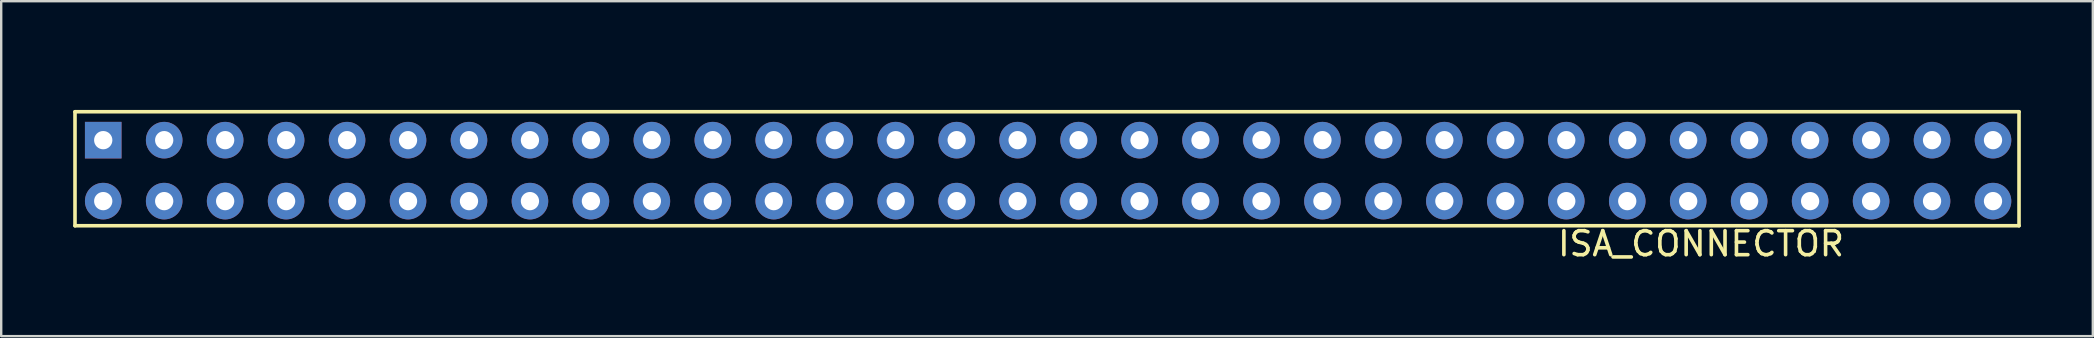
<source format=kicad_pcb>
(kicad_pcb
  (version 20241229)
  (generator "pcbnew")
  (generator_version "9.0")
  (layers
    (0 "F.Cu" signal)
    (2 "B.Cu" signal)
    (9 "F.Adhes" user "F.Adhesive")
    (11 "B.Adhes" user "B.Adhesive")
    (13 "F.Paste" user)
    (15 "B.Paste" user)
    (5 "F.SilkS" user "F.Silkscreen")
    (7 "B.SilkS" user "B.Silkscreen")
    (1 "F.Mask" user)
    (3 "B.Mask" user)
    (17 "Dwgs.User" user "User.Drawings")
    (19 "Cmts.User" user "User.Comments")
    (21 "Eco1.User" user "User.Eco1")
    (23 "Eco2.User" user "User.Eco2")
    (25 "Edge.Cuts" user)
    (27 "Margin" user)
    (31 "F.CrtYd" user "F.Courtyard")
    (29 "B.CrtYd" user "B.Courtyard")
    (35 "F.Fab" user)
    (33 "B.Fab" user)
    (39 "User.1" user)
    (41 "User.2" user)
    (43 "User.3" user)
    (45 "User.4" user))
  (footprint "ISA_CONNECTOR"
    (layer "F.Cu")
    (at 8.871 0.25)
    (property "Reference" "ISA_CONNECTOR" (at 58.954 6.856 0) (layer "F.SilkS") (effects (font (size 1 1) (thickness 0.15))))
    (attr through_hole)
    (fp_line (start -8.796 1.356) (end -8.796 6.106) (stroke (width 0.15) (type solid)) (layer "F.SilkS"))
    (fp_line (start -8.796 6.106) (end 72.204 6.106) (stroke (width 0.15) (type solid)) (layer "F.SilkS"))
    (fp_line (start 72.204 1.356) (end -8.796 1.356) (stroke (width 0.15) (type solid)) (layer "F.SilkS"))
    (fp_line (start 72.204 6.106) (end 72.204 1.356) (stroke (width 0.15) (type solid)) (layer "F.SilkS"))
    (pad "1" thru_hole trapezoid (at -7.62 2.54) (size 1.524 1.524) (drill 0.762) (layers "*.Cu" "*.Mask"))
    (pad "2" thru_hole circle (at -5.08 2.54) (size 1.524 1.524) (drill 0.762) (layers "*.Cu" "*.Mask"))
    (pad "3" thru_hole circle (at -2.54 2.54) (size 1.524 1.524) (drill 0.762) (layers "*.Cu" "*.Mask"))
    (pad "4" thru_hole circle (at 0 2.54) (size 1.524 1.524) (drill 0.762) (layers "*.Cu" "*.Mask"))
    (pad "5" thru_hole circle (at 2.54 2.54) (size 1.524 1.524) (drill 0.762) (layers "*.Cu" "*.Mask"))
    (pad "6" thru_hole circle (at 5.08 2.54) (size 1.524 1.524) (drill 0.762) (layers "*.Cu" "*.Mask"))
    (pad "7" thru_hole circle (at 7.62 2.54) (size 1.524 1.524) (drill 0.762) (layers "*.Cu" "*.Mask"))
    (pad "8" thru_hole circle (at 10.16 2.54) (size 1.524 1.524) (drill 0.762) (layers "*.Cu" "*.Mask"))
    (pad "9" thru_hole circle (at 12.7 2.54) (size 1.524 1.524) (drill 0.762) (layers "*.Cu" "*.Mask"))
    (pad "10" thru_hole circle (at 15.24 2.54) (size 1.524 1.524) (drill 0.762) (layers "*.Cu" "*.Mask"))
    (pad "11" thru_hole circle (at 17.78 2.54) (size 1.524 1.524) (drill 0.762) (layers "*.Cu" "*.Mask"))
    (pad "12" thru_hole circle (at 20.32 2.54) (size 1.524 1.524) (drill 0.762) (layers "*.Cu" "*.Mask"))
    (pad "13" thru_hole circle (at 22.86 2.54) (size 1.524 1.524) (drill 0.762) (layers "*.Cu" "*.Mask"))
    (pad "14" thru_hole circle (at 25.4 2.54) (size 1.524 1.524) (drill 0.762) (layers "*.Cu" "*.Mask"))
    (pad "15" thru_hole circle (at 27.94 2.54) (size 1.524 1.524) (drill 0.762) (layers "*.Cu" "*.Mask"))
    (pad "16" thru_hole circle (at 30.48 2.54) (size 1.524 1.524) (drill 0.762) (layers "*.Cu" "*.Mask"))
    (pad "17" thru_hole circle (at 33.02 2.54) (size 1.524 1.524) (drill 0.762) (layers "*.Cu" "*.Mask"))
    (pad "18" thru_hole circle (at 35.56 2.54) (size 1.524 1.524) (drill 0.762) (layers "*.Cu" "*.Mask"))
    (pad "19" thru_hole circle (at 38.1 2.54) (size 1.524 1.524) (drill 0.762) (layers "*.Cu" "*.Mask"))
    (pad "20" thru_hole circle (at 40.64 2.54) (size 1.524 1.524) (drill 0.762) (layers "*.Cu" "*.Mask"))
    (pad "21" thru_hole circle (at 43.18 2.54) (size 1.524 1.524) (drill 0.762) (layers "*.Cu" "*.Mask"))
    (pad "22" thru_hole circle (at 45.72 2.54) (size 1.524 1.524) (drill 0.762) (layers "*.Cu" "*.Mask"))
    (pad "23" thru_hole circle (at 48.26 2.54) (size 1.524 1.524) (drill 0.762) (layers "*.Cu" "*.Mask"))
    (pad "24" thru_hole circle (at 50.8 2.54) (size 1.524 1.524) (drill 0.762) (layers "*.Cu" "*.Mask"))
    (pad "25" thru_hole circle (at 53.34 2.54) (size 1.524 1.524) (drill 0.762) (layers "*.Cu" "*.Mask"))
    (pad "26" thru_hole circle (at 55.88 2.54) (size 1.524 1.524) (drill 0.762) (layers "*.Cu" "*.Mask"))
    (pad "27" thru_hole circle (at 58.42 2.54) (size 1.524 1.524) (drill 0.762) (layers "*.Cu" "*.Mask"))
    (pad "28" thru_hole circle (at 60.96 2.54) (size 1.524 1.524) (drill 0.762) (layers "*.Cu" "*.Mask"))
    (pad "29" thru_hole circle (at 63.5 2.54) (size 1.524 1.524) (drill 0.762) (layers "*.Cu" "*.Mask"))
    (pad "30" thru_hole circle (at 66.04 2.54) (size 1.524 1.524) (drill 0.762) (layers "*.Cu" "*.Mask"))
    (pad "31" thru_hole circle (at 68.58 2.54) (size 1.524 1.524) (drill 0.762) (layers "*.Cu" "*.Mask"))
    (pad "32" thru_hole circle (at 71.12 2.54) (size 1.524 1.524) (drill 0.762) (layers "*.Cu" "*.Mask"))
    (pad "33" thru_hole circle (at -7.62 5.08) (size 1.524 1.524) (drill 0.762) (layers "*.Cu" "*.Mask"))
    (pad "34" thru_hole circle (at -5.08 5.08) (size 1.524 1.524) (drill 0.762) (layers "*.Cu" "*.Mask"))
    (pad "35" thru_hole circle (at -2.54 5.08) (size 1.524 1.524) (drill 0.762) (layers "*.Cu" "*.Mask"))
    (pad "36" thru_hole circle (at 0 5.08) (size 1.524 1.524) (drill 0.762) (layers "*.Cu" "*.Mask"))
    (pad "37" thru_hole circle (at 2.54 5.08) (size 1.524 1.524) (drill 0.762) (layers "*.Cu" "*.Mask"))
    (pad "38" thru_hole circle (at 5.08 5.08) (size 1.524 1.524) (drill 0.762) (layers "*.Cu" "*.Mask"))
    (pad "39" thru_hole circle (at 7.62 5.08) (size 1.524 1.524) (drill 0.762) (layers "*.Cu" "*.Mask"))
    (pad "40" thru_hole circle (at 10.16 5.08) (size 1.524 1.524) (drill 0.762) (layers "*.Cu" "*.Mask"))
    (pad "41" thru_hole circle (at 12.7 5.08) (size 1.524 1.524) (drill 0.762) (layers "*.Cu" "*.Mask"))
    (pad "42" thru_hole circle (at 15.24 5.08) (size 1.524 1.524) (drill 0.762) (layers "*.Cu" "*.Mask"))
    (pad "43" thru_hole circle (at 17.78 5.08) (size 1.524 1.524) (drill 0.762) (layers "*.Cu" "*.Mask"))
    (pad "44" thru_hole circle (at 20.32 5.08) (size 1.524 1.524) (drill 0.762) (layers "*.Cu" "*.Mask"))
    (pad "45" thru_hole circle (at 22.86 5.08) (size 1.524 1.524) (drill 0.762) (layers "*.Cu" "*.Mask"))
    (pad "46" thru_hole circle (at 25.4 5.08) (size 1.524 1.524) (drill 0.762) (layers "*.Cu" "*.Mask"))
    (pad "47" thru_hole circle (at 27.94 5.08) (size 1.524 1.524) (drill 0.762) (layers "*.Cu" "*.Mask"))
    (pad "48" thru_hole circle (at 30.48 5.08) (size 1.524 1.524) (drill 0.762) (layers "*.Cu" "*.Mask"))
    (pad "49" thru_hole circle (at 33.02 5.08) (size 1.524 1.524) (drill 0.762) (layers "*.Cu" "*.Mask"))
    (pad "50" thru_hole circle (at 35.56 5.08) (size 1.524 1.524) (drill 0.762) (layers "*.Cu" "*.Mask"))
    (pad "51" thru_hole circle (at 38.1 5.08) (size 1.524 1.524) (drill 0.762) (layers "*.Cu" "*.Mask"))
    (pad "52" thru_hole circle (at 40.64 5.08) (size 1.524 1.524) (drill 0.762) (layers "*.Cu" "*.Mask"))
    (pad "53" thru_hole circle (at 43.18 5.08) (size 1.524 1.524) (drill 0.762) (layers "*.Cu" "*.Mask"))
    (pad "54" thru_hole circle (at 45.72 5.08) (size 1.524 1.524) (drill 0.762) (layers "*.Cu" "*.Mask"))
    (pad "55" thru_hole circle (at 48.26 5.08) (size 1.524 1.524) (drill 0.762) (layers "*.Cu" "*.Mask"))
    (pad "56" thru_hole circle (at 50.8 5.08) (size 1.524 1.524) (drill 0.762) (layers "*.Cu" "*.Mask"))
    (pad "57" thru_hole circle (at 53.34 5.08) (size 1.524 1.524) (drill 0.762) (layers "*.Cu" "*.Mask"))
    (pad "58" thru_hole circle (at 55.88 5.08) (size 1.524 1.524) (drill 0.762) (layers "*.Cu" "*.Mask"))
    (pad "59" thru_hole circle (at 58.42 5.08) (size 1.524 1.524) (drill 0.762) (layers "*.Cu" "*.Mask"))
    (pad "60" thru_hole circle (at 60.96 5.08) (size 1.524 1.524) (drill 0.762) (layers "*.Cu" "*.Mask"))
    (pad "61" thru_hole circle (at 63.5 5.08) (size 1.524 1.524) (drill 0.762) (layers "*.Cu" "*.Mask"))
    (pad "62" thru_hole circle (at 66.04 5.08) (size 1.524 1.524) (drill 0.762) (layers "*.Cu" "*.Mask"))
    (pad "63" thru_hole circle (at 68.58 5.08) (size 1.524 1.524) (drill 0.762) (layers "*.Cu" "*.Mask"))
    (pad "64" thru_hole circle (at 71.12 5.08) (size 1.524 1.524) (drill 0.762) (layers "*.Cu" "*.Mask")))
  (gr_rect
    (start -3 -3)
    (end 84.15 10.954)
    (stroke (width 0.1) (type default))
    (fill no)
    (layer "Edge.Cuts")))
</source>
